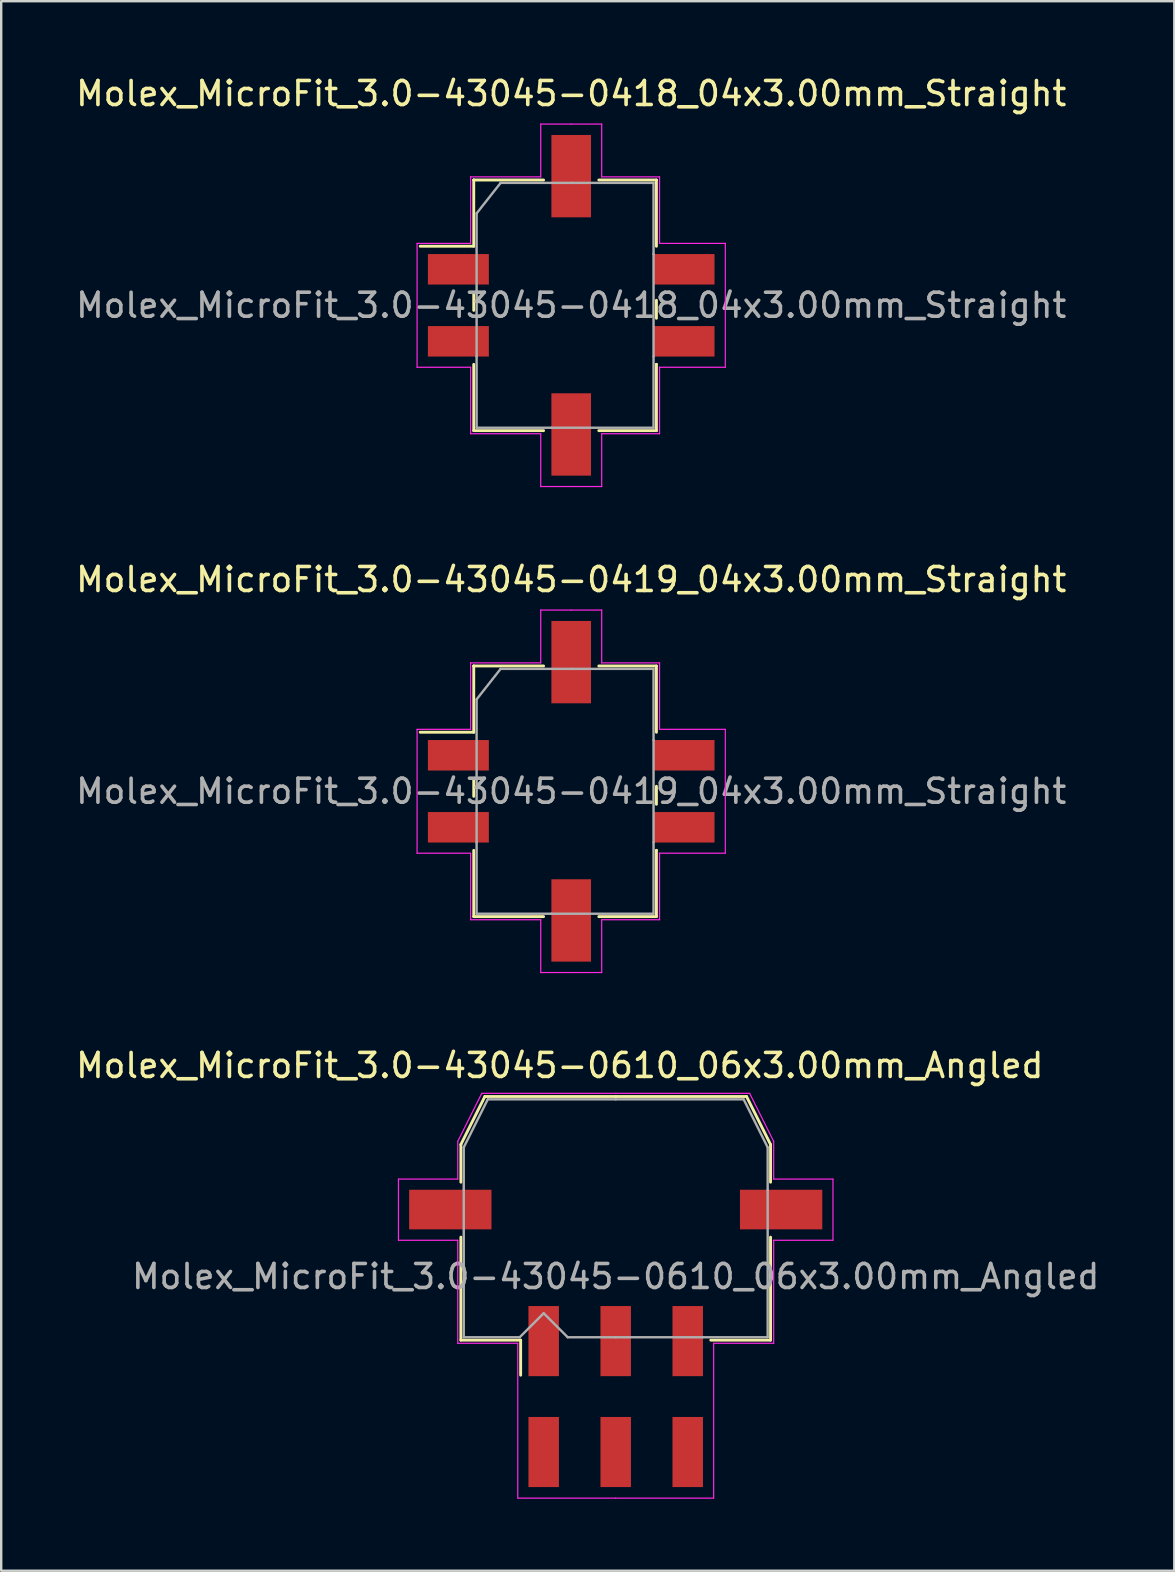
<source format=kicad_pcb>
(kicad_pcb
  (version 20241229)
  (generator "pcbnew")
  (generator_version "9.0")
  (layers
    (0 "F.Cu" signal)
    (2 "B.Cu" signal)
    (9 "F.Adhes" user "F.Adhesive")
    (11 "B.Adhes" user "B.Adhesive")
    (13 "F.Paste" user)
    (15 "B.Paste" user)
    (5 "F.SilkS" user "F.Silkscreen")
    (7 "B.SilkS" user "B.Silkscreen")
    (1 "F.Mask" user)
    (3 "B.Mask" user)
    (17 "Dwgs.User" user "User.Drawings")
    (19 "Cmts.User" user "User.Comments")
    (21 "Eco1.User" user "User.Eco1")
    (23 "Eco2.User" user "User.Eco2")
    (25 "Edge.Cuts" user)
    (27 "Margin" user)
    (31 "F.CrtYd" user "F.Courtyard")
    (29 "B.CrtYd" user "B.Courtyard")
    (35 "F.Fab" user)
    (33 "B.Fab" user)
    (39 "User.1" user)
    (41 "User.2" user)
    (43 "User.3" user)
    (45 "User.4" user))
  (footprint "Molex_MicroFit_3.0-43045-0418_04x3.00mm_Straight"
    (layer "F.Cu")
    (at 20.744 9.668)
    (property "Reference" "Molex_MicroFit_3.0-43045-0418_04x3.00mm_Straight" (at 0 -8.82 0) (layer "F.SilkS") (effects (font (size 1 1) (thickness 0.15))))
    (attr smd)
    (fp_line (start -6.29 -2.46) (end -4.06 -2.46) (stroke (width 0.12) (type solid)) (layer "F.SilkS"))
    (fp_line (start -4.06 -5.22) (end -4.06 -5.22) (stroke (width 0.12) (type solid)) (layer "F.SilkS"))
    (fp_line (start -4.06 -5.22) (end -1.15 -5.22) (stroke (width 0.12) (type solid)) (layer "F.SilkS"))
    (fp_line (start -4.06 -2.46) (end -4.06 -5.22) (stroke (width 0.12) (type solid)) (layer "F.SilkS"))
    (fp_line (start -4.06 -0.54) (end -4.06 0.21) (stroke (width 0.12) (type solid)) (layer "F.SilkS"))
    (fp_line (start -4.06 5.22) (end -4.06 2.46) (stroke (width 0.12) (type solid)) (layer "F.SilkS"))
    (fp_line (start -1.15 5.22) (end -4.06 5.22) (stroke (width 0.12) (type solid)) (layer "F.SilkS"))
    (fp_line (start 1.15 -5.22) (end 3.55 -5.22) (stroke (width 0.12) (type solid)) (layer "F.SilkS"))
    (fp_line (start 3.55 -5.22) (end 3.55 -2.46) (stroke (width 0.12) (type solid)) (layer "F.SilkS"))
    (fp_line (start 3.55 0.54) (end 3.55 -0.21) (stroke (width 0.12) (type solid)) (layer "F.SilkS"))
    (fp_line (start 3.55 2.46) (end 3.55 2.46) (stroke (width 0.12) (type solid)) (layer "F.SilkS"))
    (fp_line (start 3.55 2.46) (end 3.55 5.22) (stroke (width 0.12) (type solid)) (layer "F.SilkS"))
    (fp_line (start 3.55 5.22) (end 1.15 5.22) (stroke (width 0.12) (type solid)) (layer "F.SilkS"))
    (fp_line (start -6.42 -2.58) (end -4.19 -2.58) (stroke (width 0.05) (type solid)) (layer "F.CrtYd"))
    (fp_line (start -6.42 2.58) (end -6.42 -2.58) (stroke (width 0.05) (type solid)) (layer "F.CrtYd"))
    (fp_line (start -4.19 -5.35) (end -4.19 -5.35) (stroke (width 0.05) (type solid)) (layer "F.CrtYd"))
    (fp_line (start -4.19 -5.35) (end -1.27 -5.35) (stroke (width 0.05) (type solid)) (layer "F.CrtYd"))
    (fp_line (start -4.19 -2.58) (end -4.19 -5.35) (stroke (width 0.05) (type solid)) (layer "F.CrtYd"))
    (fp_line (start -4.19 2.58) (end -6.42 2.58) (stroke (width 0.05) (type solid)) (layer "F.CrtYd"))
    (fp_line (start -4.19 5.35) (end -4.19 2.58) (stroke (width 0.05) (type solid)) (layer "F.CrtYd"))
    (fp_line (start -1.27 -7.55) (end 0 -7.55) (stroke (width 0.05) (type solid)) (layer "F.CrtYd"))
    (fp_line (start -1.27 -5.35) (end -1.27 -7.55) (stroke (width 0.05) (type solid)) (layer "F.CrtYd"))
    (fp_line (start -1.27 5.35) (end -4.19 5.35) (stroke (width 0.05) (type solid)) (layer "F.CrtYd"))
    (fp_line (start -1.27 7.55) (end -1.27 5.35) (stroke (width 0.05) (type solid)) (layer "F.CrtYd"))
    (fp_line (start 0 -7.55) (end 1.27 -7.55) (stroke (width 0.05) (type solid)) (layer "F.CrtYd"))
    (fp_line (start 0 7.55) (end -1.27 7.55) (stroke (width 0.05) (type solid)) (layer "F.CrtYd"))
    (fp_line (start 1.27 -7.55) (end 1.27 -5.35) (stroke (width 0.05) (type solid)) (layer "F.CrtYd"))
    (fp_line (start 1.27 -5.35) (end 3.68 -5.35) (stroke (width 0.05) (type solid)) (layer "F.CrtYd"))
    (fp_line (start 1.27 5.35) (end 1.27 7.55) (stroke (width 0.05) (type solid)) (layer "F.CrtYd"))
    (fp_line (start 1.27 7.55) (end 0 7.55) (stroke (width 0.05) (type solid)) (layer "F.CrtYd"))
    (fp_line (start 3.68 -5.35) (end 3.68 -2.58) (stroke (width 0.05) (type solid)) (layer "F.CrtYd"))
    (fp_line (start 3.68 -2.58) (end 6.42 -2.58) (stroke (width 0.05) (type solid)) (layer "F.CrtYd"))
    (fp_line (start 3.68 2.58) (end 3.68 2.58) (stroke (width 0.05) (type solid)) (layer "F.CrtYd"))
    (fp_line (start 3.68 2.58) (end 3.68 5.35) (stroke (width 0.05) (type solid)) (layer "F.CrtYd"))
    (fp_line (start 3.68 5.35) (end 1.27 5.35) (stroke (width 0.05) (type solid)) (layer "F.CrtYd"))
    (fp_line (start 6.42 -2.58) (end 6.42 2.58) (stroke (width 0.05) (type solid)) (layer "F.CrtYd"))
    (fp_line (start 6.42 2.58) (end 3.68 2.58) (stroke (width 0.05) (type solid)) (layer "F.CrtYd"))
    (fp_line (start -3.94 -3.83) (end -2.94 -5.1) (stroke (width 0.1) (type solid)) (layer "F.Fab"))
    (fp_line (start -3.94 2.13) (end -3.94 -3.83) (stroke (width 0.1) (type solid)) (layer "F.Fab"))
    (fp_line (start -3.94 5.1) (end -3.94 2.13) (stroke (width 0.1) (type solid)) (layer "F.Fab"))
    (fp_line (start -2.94 -5.1) (end 0 -5.1) (stroke (width 0.1) (type solid)) (layer "F.Fab"))
    (fp_line (start -0.82 5.1) (end -3.94 5.1) (stroke (width 0.1) (type solid)) (layer "F.Fab"))
    (fp_line (start 0 -5.1) (end 3.43 -5.1) (stroke (width 0.1) (type solid)) (layer "F.Fab"))
    (fp_line (start 3.43 -5.1) (end 3.43 -2.13) (stroke (width 0.1) (type solid)) (layer "F.Fab"))
    (fp_line (start 3.43 -2.13) (end 3.43 2.13) (stroke (width 0.1) (type solid)) (layer "F.Fab"))
    (fp_line (start 3.43 2.13) (end 3.43 5.1) (stroke (width 0.1) (type solid)) (layer "F.Fab"))
    (fp_line (start 3.43 5.1) (end -0.82 5.1) (stroke (width 0.1) (type solid)) (layer "F.Fab"))
    (fp_text user "${REFERENCE}" (at 0 0 0) (layer "F.Fab") (effects (font (size 1 1) (thickness 0.15))))
    (pad "" smd rect (at 0 -5.38) (size 1.65 3.43) (layers "F.Cu" "F.Mask" "F.Paste"))
    (pad "" smd rect (at 0 5.38) (size 1.65 3.43) (layers "F.Cu" "F.Mask" "F.Paste"))
    (pad "1" smd rect (at -4.7 -1.5) (size 2.54 1.27) (layers "F.Cu" "F.Mask" "F.Paste"))
    (pad "2" smd rect (at -4.7 1.5) (size 2.54 1.27) (layers "F.Cu" "F.Mask" "F.Paste"))
    (pad "3" smd rect (at 4.7 1.5) (size 2.54 1.27) (layers "F.Cu" "F.Mask" "F.Paste"))
    (pad "4" smd rect (at 4.7 -1.5) (size 2.54 1.27) (layers "F.Cu" "F.Mask" "F.Paste")))
  (footprint "Molex_MicroFit_3.0-43045-0610_06x3.00mm_Angled"
    (layer "F.Cu")
    (at 22.598 55.125)
    (property "Reference" "Molex_MicroFit_3.0-43045-0610_06x3.00mm_Angled" (at -2.33 -13.79 0) (layer "F.SilkS") (effects (font (size 1 1) (thickness 0.15))))
    (attr smd)
    (fp_line (start -6.45 -10.5) (end -6.45 -8.93) (stroke (width 0.12) (type solid)) (layer "F.SilkS"))
    (fp_line (start -6.45 -6.64) (end -6.45 -2.35) (stroke (width 0.12) (type solid)) (layer "F.SilkS"))
    (fp_line (start -6.45 -2.35) (end -3.96 -2.35) (stroke (width 0.12) (type solid)) (layer "F.SilkS"))
    (fp_line (start -5.45 -12.5) (end -6.45 -10.5) (stroke (width 0.12) (type solid)) (layer "F.SilkS"))
    (fp_line (start -3.96 -2.35) (end -3.96 -0.89) (stroke (width 0.12) (type solid)) (layer "F.SilkS"))
    (fp_line (start 0 -12.5) (end -5.45 -12.5) (stroke (width 0.12) (type solid)) (layer "F.SilkS"))
    (fp_line (start 0 -12.5) (end 5.45 -12.5) (stroke (width 0.12) (type solid)) (layer "F.SilkS"))
    (fp_line (start 5.45 -12.5) (end 6.45 -10.5) (stroke (width 0.12) (type solid)) (layer "F.SilkS"))
    (fp_line (start 6.45 -10.5) (end 6.45 -8.93) (stroke (width 0.12) (type solid)) (layer "F.SilkS"))
    (fp_line (start 6.45 -6.64) (end 6.45 -2.35) (stroke (width 0.12) (type solid)) (layer "F.SilkS"))
    (fp_line (start 6.45 -2.35) (end 3.96 -2.35) (stroke (width 0.12) (type solid)) (layer "F.SilkS"))
    (fp_line (start -9.05 -9.06) (end -9.05 -6.51) (stroke (width 0.05) (type solid)) (layer "F.CrtYd"))
    (fp_line (start -9.05 -6.51) (end -6.58 -6.51) (stroke (width 0.05) (type solid)) (layer "F.CrtYd"))
    (fp_line (start -6.58 -10.63) (end -6.58 -9.06) (stroke (width 0.05) (type solid)) (layer "F.CrtYd"))
    (fp_line (start -6.58 -9.06) (end -9.05 -9.06) (stroke (width 0.05) (type solid)) (layer "F.CrtYd"))
    (fp_line (start -6.58 -6.51) (end -6.58 -2.22) (stroke (width 0.05) (type solid)) (layer "F.CrtYd"))
    (fp_line (start -6.58 -2.22) (end -4.08 -2.22) (stroke (width 0.05) (type solid)) (layer "F.CrtYd"))
    (fp_line (start -5.58 -12.63) (end -6.58 -10.63) (stroke (width 0.05) (type solid)) (layer "F.CrtYd"))
    (fp_line (start -4.08 -2.22) (end -4.08 4.23) (stroke (width 0.05) (type solid)) (layer "F.CrtYd"))
    (fp_line (start -4.08 4.23) (end 0 4.23) (stroke (width 0.05) (type solid)) (layer "F.CrtYd"))
    (fp_line (start 0 -12.63) (end -5.58 -12.63) (stroke (width 0.05) (type solid)) (layer "F.CrtYd"))
    (fp_line (start 0 -12.63) (end 5.58 -12.63) (stroke (width 0.05) (type solid)) (layer "F.CrtYd"))
    (fp_line (start 4.08 -2.22) (end 4.08 4.23) (stroke (width 0.05) (type solid)) (layer "F.CrtYd"))
    (fp_line (start 4.08 4.23) (end 0 4.23) (stroke (width 0.05) (type solid)) (layer "F.CrtYd"))
    (fp_line (start 5.58 -12.63) (end 6.58 -10.63) (stroke (width 0.05) (type solid)) (layer "F.CrtYd"))
    (fp_line (start 6.58 -10.63) (end 6.58 -9.06) (stroke (width 0.05) (type solid)) (layer "F.CrtYd"))
    (fp_line (start 6.58 -9.06) (end 9.05 -9.06) (stroke (width 0.05) (type solid)) (layer "F.CrtYd"))
    (fp_line (start 6.58 -6.51) (end 6.58 -2.22) (stroke (width 0.05) (type solid)) (layer "F.CrtYd"))
    (fp_line (start 6.58 -2.22) (end 4.08 -2.22) (stroke (width 0.05) (type solid)) (layer "F.CrtYd"))
    (fp_line (start 9.05 -9.06) (end 9.05 -6.51) (stroke (width 0.05) (type solid)) (layer "F.CrtYd"))
    (fp_line (start 9.05 -6.51) (end 6.58 -6.51) (stroke (width 0.05) (type solid)) (layer "F.CrtYd"))
    (fp_line (start -6.33 -10.38) (end -6.33 -8.61) (stroke (width 0.1) (type solid)) (layer "F.Fab"))
    (fp_line (start -6.33 -8.61) (end -6.33 -2.47) (stroke (width 0.1) (type solid)) (layer "F.Fab"))
    (fp_line (start -6.33 -2.47) (end -4 -2.47) (stroke (width 0.1) (type solid)) (layer "F.Fab"))
    (fp_line (start -5.33 -12.38) (end -6.33 -10.38) (stroke (width 0.1) (type solid)) (layer "F.Fab"))
    (fp_line (start -4 -2.47) (end -3 -3.47) (stroke (width 0.1) (type solid)) (layer "F.Fab"))
    (fp_line (start -3 -3.47) (end -2 -2.47) (stroke (width 0.1) (type solid)) (layer "F.Fab"))
    (fp_line (start -2 -2.47) (end 0 -2.47) (stroke (width 0.1) (type solid)) (layer "F.Fab"))
    (fp_line (start 0 -12.38) (end -5.33 -12.38) (stroke (width 0.1) (type solid)) (layer "F.Fab"))
    (fp_line (start 0 -12.38) (end 5.33 -12.38) (stroke (width 0.1) (type solid)) (layer "F.Fab"))
    (fp_line (start 3.63 -2.47) (end 0 -2.47) (stroke (width 0.1) (type solid)) (layer "F.Fab"))
    (fp_line (start 5.33 -12.38) (end 6.33 -10.38) (stroke (width 0.1) (type solid)) (layer "F.Fab"))
    (fp_line (start 6.33 -10.38) (end 6.33 -8.61) (stroke (width 0.1) (type solid)) (layer "F.Fab"))
    (fp_line (start 6.33 -8.61) (end 6.33 -2.47) (stroke (width 0.1) (type solid)) (layer "F.Fab"))
    (fp_line (start 6.33 -2.47) (end 3.63 -2.47) (stroke (width 0.1) (type solid)) (layer "F.Fab"))
    (fp_text user "${REFERENCE}" (at 0 -5 0) (layer "F.Fab") (effects (font (size 1 1) (thickness 0.15))))
    (pad "" smd rect (at -6.89 -7.79) (size 3.43 1.65) (layers "F.Cu" "F.Mask" "F.Paste"))
    (pad "" smd rect (at 6.89 -7.79) (size 3.43 1.65) (layers "F.Cu" "F.Mask" "F.Paste"))
    (pad "1" smd rect (at -3 -2.31) (size 1.27 2.92) (layers "F.Cu" "F.Mask" "F.Paste"))
    (pad "2" smd rect (at 0 -2.31) (size 1.27 2.92) (layers "F.Cu" "F.Mask" "F.Paste"))
    (pad "3" smd rect (at 3 -2.31) (size 1.27 2.92) (layers "F.Cu" "F.Mask" "F.Paste"))
    (pad "4" smd rect (at 3 2.31) (size 1.27 2.92) (layers "F.Cu" "F.Mask" "F.Paste"))
    (pad "5" smd rect (at 0 2.31) (size 1.27 2.92) (layers "F.Cu" "F.Mask" "F.Paste"))
    (pad "6" smd rect (at -3 2.31) (size 1.27 2.92) (layers "F.Cu" "F.Mask" "F.Paste")))
  (footprint "Molex_MicroFit_3.0-43045-0419_04x3.00mm_Straight"
    (layer "F.Cu")
    (at 20.744 29.912)
    (property "Reference" "Molex_MicroFit_3.0-43045-0419_04x3.00mm_Straight" (at 0 -8.82 0) (layer "F.SilkS") (effects (font (size 1 1) (thickness 0.15))))
    (attr smd)
    (fp_line (start -6.29 -2.46) (end -4.06 -2.46) (stroke (width 0.12) (type solid)) (layer "F.SilkS"))
    (fp_line (start -4.06 -5.22) (end -4.06 -5.22) (stroke (width 0.12) (type solid)) (layer "F.SilkS"))
    (fp_line (start -4.06 -5.22) (end -1.15 -5.22) (stroke (width 0.12) (type solid)) (layer "F.SilkS"))
    (fp_line (start -4.06 -2.46) (end -4.06 -5.22) (stroke (width 0.12) (type solid)) (layer "F.SilkS"))
    (fp_line (start -4.06 -0.54) (end -4.06 0.21) (stroke (width 0.12) (type solid)) (layer "F.SilkS"))
    (fp_line (start -4.06 5.22) (end -4.06 2.46) (stroke (width 0.12) (type solid)) (layer "F.SilkS"))
    (fp_line (start -1.15 5.22) (end -4.06 5.22) (stroke (width 0.12) (type solid)) (layer "F.SilkS"))
    (fp_line (start 1.15 -5.22) (end 3.55 -5.22) (stroke (width 0.12) (type solid)) (layer "F.SilkS"))
    (fp_line (start 3.55 -5.22) (end 3.55 -2.46) (stroke (width 0.12) (type solid)) (layer "F.SilkS"))
    (fp_line (start 3.55 0.54) (end 3.55 -0.21) (stroke (width 0.12) (type solid)) (layer "F.SilkS"))
    (fp_line (start 3.55 2.46) (end 3.55 2.46) (stroke (width 0.12) (type solid)) (layer "F.SilkS"))
    (fp_line (start 3.55 2.46) (end 3.55 5.22) (stroke (width 0.12) (type solid)) (layer "F.SilkS"))
    (fp_line (start 3.55 5.22) (end 1.15 5.22) (stroke (width 0.12) (type solid)) (layer "F.SilkS"))
    (fp_line (start -6.42 -2.58) (end -4.19 -2.58) (stroke (width 0.05) (type solid)) (layer "F.CrtYd"))
    (fp_line (start -6.42 2.58) (end -6.42 -2.58) (stroke (width 0.05) (type solid)) (layer "F.CrtYd"))
    (fp_line (start -4.19 -5.35) (end -4.19 -5.35) (stroke (width 0.05) (type solid)) (layer "F.CrtYd"))
    (fp_line (start -4.19 -5.35) (end -1.27 -5.35) (stroke (width 0.05) (type solid)) (layer "F.CrtYd"))
    (fp_line (start -4.19 -2.58) (end -4.19 -5.35) (stroke (width 0.05) (type solid)) (layer "F.CrtYd"))
    (fp_line (start -4.19 2.58) (end -6.42 2.58) (stroke (width 0.05) (type solid)) (layer "F.CrtYd"))
    (fp_line (start -4.19 5.35) (end -4.19 2.58) (stroke (width 0.05) (type solid)) (layer "F.CrtYd"))
    (fp_line (start -1.27 -7.55) (end 0 -7.55) (stroke (width 0.05) (type solid)) (layer "F.CrtYd"))
    (fp_line (start -1.27 -5.35) (end -1.27 -7.55) (stroke (width 0.05) (type solid)) (layer "F.CrtYd"))
    (fp_line (start -1.27 5.35) (end -4.19 5.35) (stroke (width 0.05) (type solid)) (layer "F.CrtYd"))
    (fp_line (start -1.27 7.55) (end -1.27 5.35) (stroke (width 0.05) (type solid)) (layer "F.CrtYd"))
    (fp_line (start 0 -7.55) (end 1.27 -7.55) (stroke (width 0.05) (type solid)) (layer "F.CrtYd"))
    (fp_line (start 0 7.55) (end -1.27 7.55) (stroke (width 0.05) (type solid)) (layer "F.CrtYd"))
    (fp_line (start 1.27 -7.55) (end 1.27 -5.35) (stroke (width 0.05) (type solid)) (layer "F.CrtYd"))
    (fp_line (start 1.27 -5.35) (end 3.68 -5.35) (stroke (width 0.05) (type solid)) (layer "F.CrtYd"))
    (fp_line (start 1.27 5.35) (end 1.27 7.55) (stroke (width 0.05) (type solid)) (layer "F.CrtYd"))
    (fp_line (start 1.27 7.55) (end 0 7.55) (stroke (width 0.05) (type solid)) (layer "F.CrtYd"))
    (fp_line (start 3.68 -5.35) (end 3.68 -2.58) (stroke (width 0.05) (type solid)) (layer "F.CrtYd"))
    (fp_line (start 3.68 -2.58) (end 6.42 -2.58) (stroke (width 0.05) (type solid)) (layer "F.CrtYd"))
    (fp_line (start 3.68 2.58) (end 3.68 2.58) (stroke (width 0.05) (type solid)) (layer "F.CrtYd"))
    (fp_line (start 3.68 2.58) (end 3.68 5.35) (stroke (width 0.05) (type solid)) (layer "F.CrtYd"))
    (fp_line (start 3.68 5.35) (end 1.27 5.35) (stroke (width 0.05) (type solid)) (layer "F.CrtYd"))
    (fp_line (start 6.42 -2.58) (end 6.42 2.58) (stroke (width 0.05) (type solid)) (layer "F.CrtYd"))
    (fp_line (start 6.42 2.58) (end 3.68 2.58) (stroke (width 0.05) (type solid)) (layer "F.CrtYd"))
    (fp_line (start -3.94 -3.83) (end -2.94 -5.1) (stroke (width 0.1) (type solid)) (layer "F.Fab"))
    (fp_line (start -3.94 2.13) (end -3.94 -3.83) (stroke (width 0.1) (type solid)) (layer "F.Fab"))
    (fp_line (start -3.94 5.1) (end -3.94 2.13) (stroke (width 0.1) (type solid)) (layer "F.Fab"))
    (fp_line (start -2.94 -5.1) (end 0 -5.1) (stroke (width 0.1) (type solid)) (layer "F.Fab"))
    (fp_line (start -0.82 5.1) (end -3.94 5.1) (stroke (width 0.1) (type solid)) (layer "F.Fab"))
    (fp_line (start 0 -5.1) (end 3.43 -5.1) (stroke (width 0.1) (type solid)) (layer "F.Fab"))
    (fp_line (start 3.43 -5.1) (end 3.43 -2.13) (stroke (width 0.1) (type solid)) (layer "F.Fab"))
    (fp_line (start 3.43 -2.13) (end 3.43 2.13) (stroke (width 0.1) (type solid)) (layer "F.Fab"))
    (fp_line (start 3.43 2.13) (end 3.43 5.1) (stroke (width 0.1) (type solid)) (layer "F.Fab"))
    (fp_line (start 3.43 5.1) (end -0.82 5.1) (stroke (width 0.1) (type solid)) (layer "F.Fab"))
    (fp_text user "${REFERENCE}" (at 0 0 0) (layer "F.Fab") (effects (font (size 1 1) (thickness 0.15))))
    (pad "" smd rect (at 0 -5.38) (size 1.65 3.43) (layers "F.Cu" "F.Mask" "F.Paste"))
    (pad "" smd rect (at 0 5.38) (size 1.65 3.43) (layers "F.Cu" "F.Mask" "F.Paste"))
    (pad "1" smd rect (at -4.7 -1.5) (size 2.54 1.27) (layers "F.Cu" "F.Mask" "F.Paste"))
    (pad "2" smd rect (at -4.7 1.5) (size 2.54 1.27) (layers "F.Cu" "F.Mask" "F.Paste"))
    (pad "3" smd rect (at 4.7 1.5) (size 2.54 1.27) (layers "F.Cu" "F.Mask" "F.Paste"))
    (pad "4" smd rect (at 4.7 -1.5) (size 2.54 1.27) (layers "F.Cu" "F.Mask" "F.Paste")))
  (gr_rect
    (start -3 -3)
    (end 45.866 62.38)
    (stroke (width 0.1) (type default))
    (fill no)
    (layer "Edge.Cuts")))
</source>
